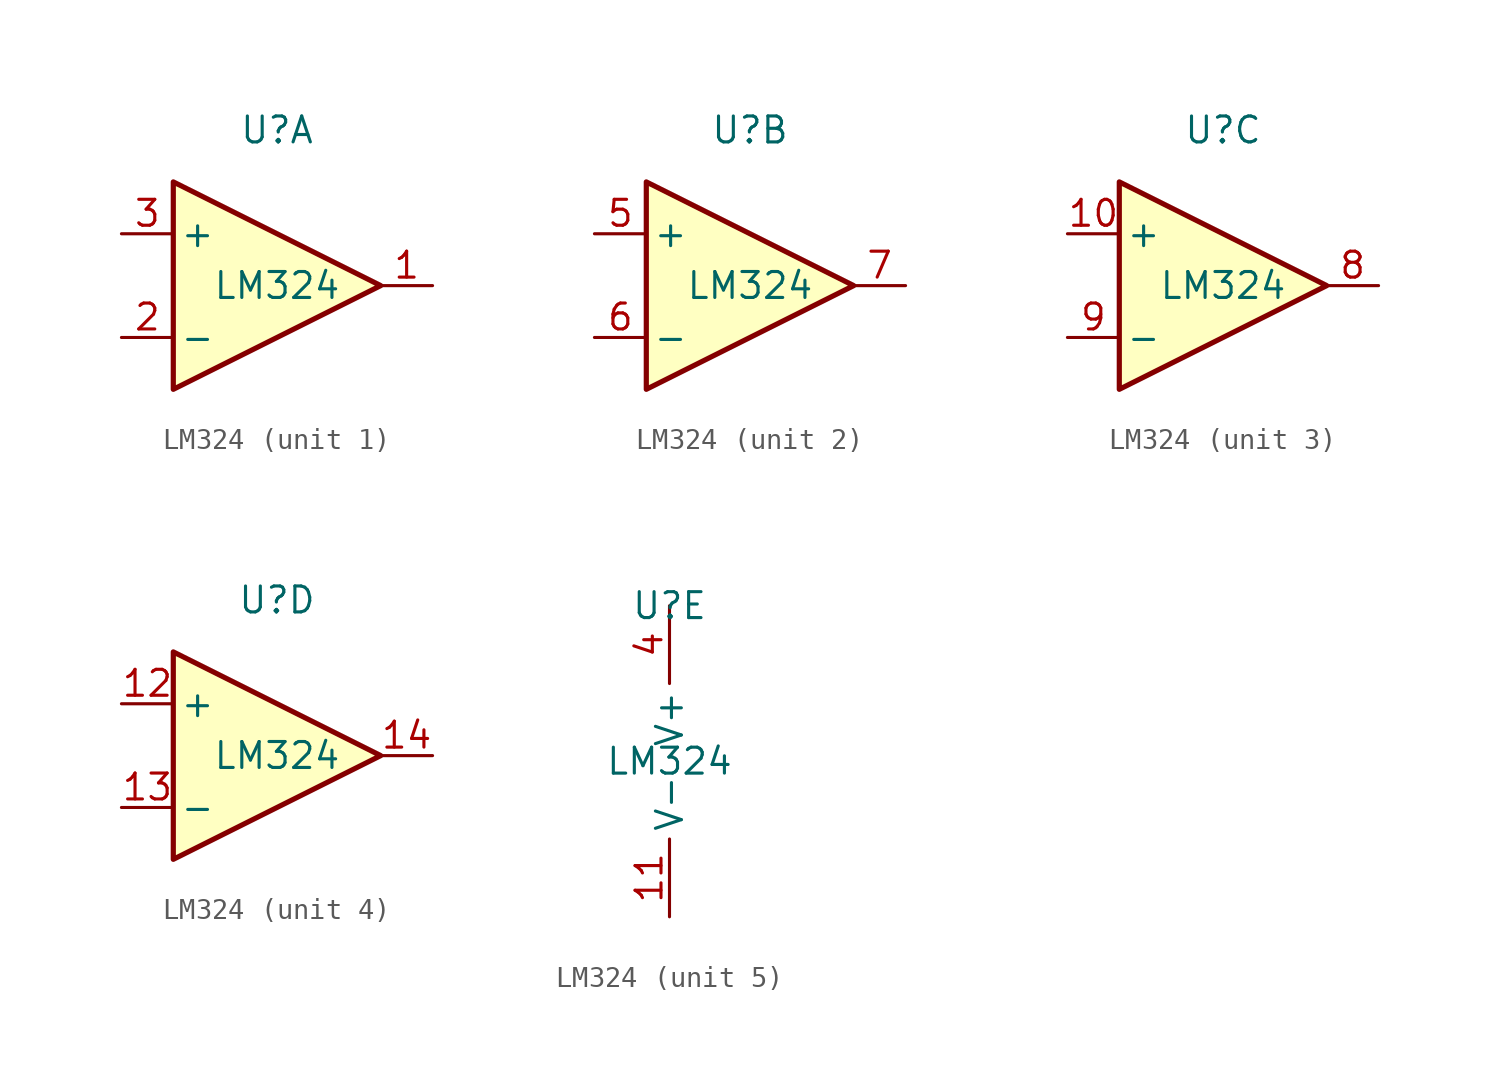
<source format=kicad_sym>
(kicad_symbol_lib
  (version 20231120)
  (generator "kicad_symbol_editor")
  (generator_version "8.0")
  (symbol "LM324"
    (pin_names
      (offset 0.305))
    (property "Reference" "U"
      (at 0 7.62 0)
      (effects (font (size 1.27 1.27))))
    (property "Value" "LM324"
      (at 0 0 0)
      (effects (font (size 1.27 1.27))))
    (symbol "LM324_1_1"
      (polyline (pts (xy -5.08 5.08) (xy 5.08 0) (xy -5.08 -5.08) (xy -5.08 5.08)) (stroke (width 0.254) (type default)) (fill (type background)))
      (pin output line (at 7.62 0 180) (length 2.54) (name "~" (effects (font (size 1.27 1.27)))) (number "1" (effects (font (size 1.27 1.27)))))
      (pin input line (at -7.62 -2.54 0) (length 2.54) (name "-" (effects (font (size 1.27 1.27)))) (number "2" (effects (font (size 1.27 1.27)))))
      (pin input line (at -7.62 2.54 0) (length 2.54) (name "+" (effects (font (size 1.27 1.27)))) (number "3" (effects (font (size 1.27 1.27))))))
    (symbol "LM324_2_1"
      (polyline (pts (xy -5.08 5.08) (xy 5.08 0) (xy -5.08 -5.08) (xy -5.08 5.08)) (stroke (width 0.254) (type default)) (fill (type background)))
      (pin input line (at -7.62 2.54 0) (length 2.54) (name "+" (effects (font (size 1.27 1.27)))) (number "5" (effects (font (size 1.27 1.27)))))
      (pin input line (at -7.62 -2.54 0) (length 2.54) (name "-" (effects (font (size 1.27 1.27)))) (number "6" (effects (font (size 1.27 1.27)))))
      (pin output line (at 7.62 0 180) (length 2.54) (name "~" (effects (font (size 1.27 1.27)))) (number "7" (effects (font (size 1.27 1.27))))))
    (symbol "LM324_3_1"
      (polyline (pts (xy -5.08 5.08) (xy 5.08 0) (xy -5.08 -5.08) (xy -5.08 5.08)) (stroke (width 0.254) (type default)) (fill (type background)))
      (pin input line (at -7.62 2.54 0) (length 2.54) (name "+" (effects (font (size 1.27 1.27)))) (number "10" (effects (font (size 1.27 1.27)))))
      (pin output line (at 7.62 0 180) (length 2.54) (name "~" (effects (font (size 1.27 1.27)))) (number "8" (effects (font (size 1.27 1.27)))))
      (pin input line (at -7.62 -2.54 0) (length 2.54) (name "-" (effects (font (size 1.27 1.27)))) (number "9" (effects (font (size 1.27 1.27))))))
    (symbol "LM324_4_1"
      (polyline (pts (xy -5.08 5.08) (xy 5.08 0) (xy -5.08 -5.08) (xy -5.08 5.08)) (stroke (width 0.254) (type default)) (fill (type background)))
      (pin input line (at -7.62 2.54 0) (length 2.54) (name "+" (effects (font (size 1.27 1.27)))) (number "12" (effects (font (size 1.27 1.27)))))
      (pin input line (at -7.62 -2.54 0) (length 2.54) (name "-" (effects (font (size 1.27 1.27)))) (number "13" (effects (font (size 1.27 1.27)))))
      (pin output line (at 7.62 0 180) (length 2.54) (name "~" (effects (font (size 1.27 1.27)))) (number "14" (effects (font (size 1.27 1.27))))))
    (symbol "LM324_5_1"
      (pin passive line (at 0 -7.62 90) (length 3.81) (name "V-" (effects (font (size 1.27 1.27)))) (number "11" (effects (font (size 1.27 1.27)))))
      (pin passive line (at 0 7.62 270) (length 3.81) (name "V+" (effects (font (size 1.27 1.27)))) (number "4" (effects (font (size 1.27 1.27))))))))
</source>
